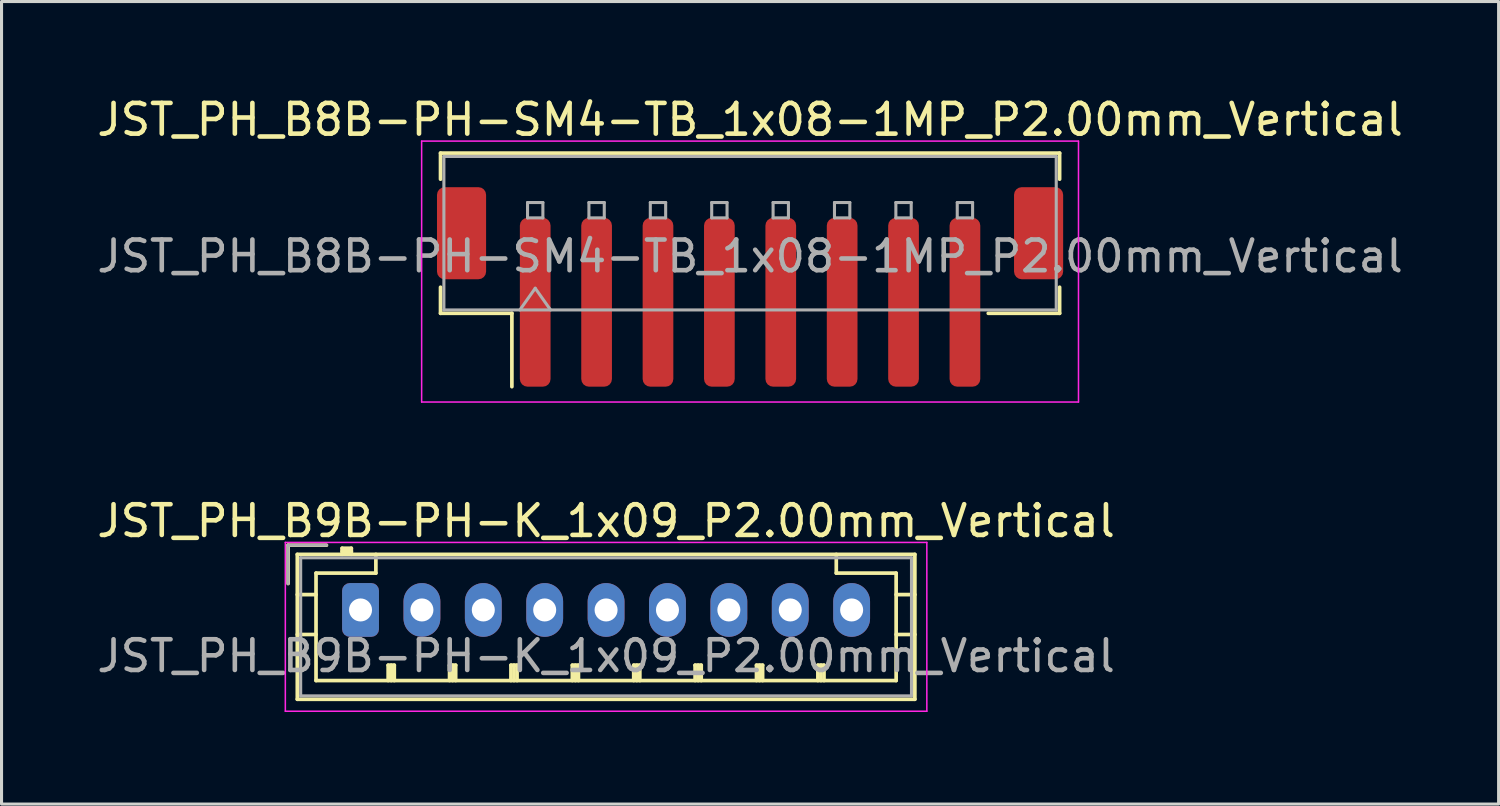
<source format=kicad_pcb>
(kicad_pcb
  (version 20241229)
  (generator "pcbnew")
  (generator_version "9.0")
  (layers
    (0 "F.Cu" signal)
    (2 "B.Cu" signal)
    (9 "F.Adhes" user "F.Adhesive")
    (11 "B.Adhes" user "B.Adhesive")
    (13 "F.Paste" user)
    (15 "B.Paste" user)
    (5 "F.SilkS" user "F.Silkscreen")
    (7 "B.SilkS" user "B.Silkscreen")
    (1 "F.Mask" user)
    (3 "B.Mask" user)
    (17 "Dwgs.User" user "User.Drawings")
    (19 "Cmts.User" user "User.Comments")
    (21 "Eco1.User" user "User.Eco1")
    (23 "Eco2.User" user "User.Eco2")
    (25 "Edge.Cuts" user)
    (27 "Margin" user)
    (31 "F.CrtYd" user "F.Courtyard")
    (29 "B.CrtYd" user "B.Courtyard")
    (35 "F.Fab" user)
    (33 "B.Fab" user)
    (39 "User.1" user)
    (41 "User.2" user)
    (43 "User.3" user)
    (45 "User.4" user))
  (footprint "JST_PH_B9B-PH-K_1x09_P2.00mm_Vertical"
    (layer "F.Cu")
    (at 8.696 16.822)
    (property "Reference" "JST_PH_B9B-PH-K_1x09_P2.00mm_Vertical" (at 8 -2.9 0) (layer "F.SilkS") (effects (font (size 1 1) (thickness 0.15))))
    (attr through_hole)
    (fp_line (start -2.36 -2.11) (end -2.36 -0.86) (stroke (width 0.12) (type solid)) (layer "F.SilkS"))
    (fp_line (start -2.06 -1.81) (end -2.06 2.91) (stroke (width 0.12) (type solid)) (layer "F.SilkS"))
    (fp_line (start -2.06 -0.5) (end -1.45 -0.5) (stroke (width 0.12) (type solid)) (layer "F.SilkS"))
    (fp_line (start -2.06 0.8) (end -1.45 0.8) (stroke (width 0.12) (type solid)) (layer "F.SilkS"))
    (fp_line (start -2.06 2.91) (end 18.06 2.91) (stroke (width 0.12) (type solid)) (layer "F.SilkS"))
    (fp_line (start -1.45 -1.2) (end -1.45 2.3) (stroke (width 0.12) (type solid)) (layer "F.SilkS"))
    (fp_line (start -1.45 2.3) (end 17.45 2.3) (stroke (width 0.12) (type solid)) (layer "F.SilkS"))
    (fp_line (start -1.11 -2.11) (end -2.36 -2.11) (stroke (width 0.12) (type solid)) (layer "F.SilkS"))
    (fp_line (start -0.6 -2.01) (end -0.6 -1.81) (stroke (width 0.12) (type solid)) (layer "F.SilkS"))
    (fp_line (start -0.3 -2.01) (end -0.6 -2.01) (stroke (width 0.12) (type solid)) (layer "F.SilkS"))
    (fp_line (start -0.3 -1.91) (end -0.6 -1.91) (stroke (width 0.12) (type solid)) (layer "F.SilkS"))
    (fp_line (start -0.3 -1.81) (end -0.3 -2.01) (stroke (width 0.12) (type solid)) (layer "F.SilkS"))
    (fp_line (start 0.5 -1.81) (end 0.5 -1.2) (stroke (width 0.12) (type solid)) (layer "F.SilkS"))
    (fp_line (start 0.5 -1.2) (end -1.45 -1.2) (stroke (width 0.12) (type solid)) (layer "F.SilkS"))
    (fp_line (start 0.9 1.8) (end 1.1 1.8) (stroke (width 0.12) (type solid)) (layer "F.SilkS"))
    (fp_line (start 0.9 2.3) (end 0.9 1.8) (stroke (width 0.12) (type solid)) (layer "F.SilkS"))
    (fp_line (start 1 2.3) (end 1 1.8) (stroke (width 0.12) (type solid)) (layer "F.SilkS"))
    (fp_line (start 1.1 1.8) (end 1.1 2.3) (stroke (width 0.12) (type solid)) (layer "F.SilkS"))
    (fp_line (start 2.9 1.8) (end 3.1 1.8) (stroke (width 0.12) (type solid)) (layer "F.SilkS"))
    (fp_line (start 2.9 2.3) (end 2.9 1.8) (stroke (width 0.12) (type solid)) (layer "F.SilkS"))
    (fp_line (start 3 2.3) (end 3 1.8) (stroke (width 0.12) (type solid)) (layer "F.SilkS"))
    (fp_line (start 3.1 1.8) (end 3.1 2.3) (stroke (width 0.12) (type solid)) (layer "F.SilkS"))
    (fp_line (start 4.9 1.8) (end 5.1 1.8) (stroke (width 0.12) (type solid)) (layer "F.SilkS"))
    (fp_line (start 4.9 2.3) (end 4.9 1.8) (stroke (width 0.12) (type solid)) (layer "F.SilkS"))
    (fp_line (start 5 2.3) (end 5 1.8) (stroke (width 0.12) (type solid)) (layer "F.SilkS"))
    (fp_line (start 5.1 1.8) (end 5.1 2.3) (stroke (width 0.12) (type solid)) (layer "F.SilkS"))
    (fp_line (start 6.9 1.8) (end 7.1 1.8) (stroke (width 0.12) (type solid)) (layer "F.SilkS"))
    (fp_line (start 6.9 2.3) (end 6.9 1.8) (stroke (width 0.12) (type solid)) (layer "F.SilkS"))
    (fp_line (start 7 2.3) (end 7 1.8) (stroke (width 0.12) (type solid)) (layer "F.SilkS"))
    (fp_line (start 7.1 1.8) (end 7.1 2.3) (stroke (width 0.12) (type solid)) (layer "F.SilkS"))
    (fp_line (start 8.9 1.8) (end 9.1 1.8) (stroke (width 0.12) (type solid)) (layer "F.SilkS"))
    (fp_line (start 8.9 2.3) (end 8.9 1.8) (stroke (width 0.12) (type solid)) (layer "F.SilkS"))
    (fp_line (start 9 2.3) (end 9 1.8) (stroke (width 0.12) (type solid)) (layer "F.SilkS"))
    (fp_line (start 9.1 1.8) (end 9.1 2.3) (stroke (width 0.12) (type solid)) (layer "F.SilkS"))
    (fp_line (start 10.9 1.8) (end 11.1 1.8) (stroke (width 0.12) (type solid)) (layer "F.SilkS"))
    (fp_line (start 10.9 2.3) (end 10.9 1.8) (stroke (width 0.12) (type solid)) (layer "F.SilkS"))
    (fp_line (start 11 2.3) (end 11 1.8) (stroke (width 0.12) (type solid)) (layer "F.SilkS"))
    (fp_line (start 11.1 1.8) (end 11.1 2.3) (stroke (width 0.12) (type solid)) (layer "F.SilkS"))
    (fp_line (start 12.9 1.8) (end 13.1 1.8) (stroke (width 0.12) (type solid)) (layer "F.SilkS"))
    (fp_line (start 12.9 2.3) (end 12.9 1.8) (stroke (width 0.12) (type solid)) (layer "F.SilkS"))
    (fp_line (start 13 2.3) (end 13 1.8) (stroke (width 0.12) (type solid)) (layer "F.SilkS"))
    (fp_line (start 13.1 1.8) (end 13.1 2.3) (stroke (width 0.12) (type solid)) (layer "F.SilkS"))
    (fp_line (start 14.9 1.8) (end 15.1 1.8) (stroke (width 0.12) (type solid)) (layer "F.SilkS"))
    (fp_line (start 14.9 2.3) (end 14.9 1.8) (stroke (width 0.12) (type solid)) (layer "F.SilkS"))
    (fp_line (start 15 2.3) (end 15 1.8) (stroke (width 0.12) (type solid)) (layer "F.SilkS"))
    (fp_line (start 15.1 1.8) (end 15.1 2.3) (stroke (width 0.12) (type solid)) (layer "F.SilkS"))
    (fp_line (start 15.5 -1.2) (end 15.5 -1.81) (stroke (width 0.12) (type solid)) (layer "F.SilkS"))
    (fp_line (start 17.45 -1.2) (end 15.5 -1.2) (stroke (width 0.12) (type solid)) (layer "F.SilkS"))
    (fp_line (start 17.45 2.3) (end 17.45 -1.2) (stroke (width 0.12) (type solid)) (layer "F.SilkS"))
    (fp_line (start 18.06 -1.81) (end -2.06 -1.81) (stroke (width 0.12) (type solid)) (layer "F.SilkS"))
    (fp_line (start 18.06 -0.5) (end 17.45 -0.5) (stroke (width 0.12) (type solid)) (layer "F.SilkS"))
    (fp_line (start 18.06 0.8) (end 17.45 0.8) (stroke (width 0.12) (type solid)) (layer "F.SilkS"))
    (fp_line (start 18.06 2.91) (end 18.06 -1.81) (stroke (width 0.12) (type solid)) (layer "F.SilkS"))
    (fp_line (start -2.45 -2.2) (end -2.45 3.3) (stroke (width 0.05) (type solid)) (layer "F.CrtYd"))
    (fp_line (start -2.45 3.3) (end 18.45 3.3) (stroke (width 0.05) (type solid)) (layer "F.CrtYd"))
    (fp_line (start 18.45 -2.2) (end -2.45 -2.2) (stroke (width 0.05) (type solid)) (layer "F.CrtYd"))
    (fp_line (start 18.45 3.3) (end 18.45 -2.2) (stroke (width 0.05) (type solid)) (layer "F.CrtYd"))
    (fp_line (start -2.36 -2.11) (end -2.36 -0.86) (stroke (width 0.1) (type solid)) (layer "F.Fab"))
    (fp_line (start -1.95 -1.7) (end -1.95 2.8) (stroke (width 0.1) (type solid)) (layer "F.Fab"))
    (fp_line (start -1.95 2.8) (end 17.95 2.8) (stroke (width 0.1) (type solid)) (layer "F.Fab"))
    (fp_line (start -1.11 -2.11) (end -2.36 -2.11) (stroke (width 0.1) (type solid)) (layer "F.Fab"))
    (fp_line (start 17.95 -1.7) (end -1.95 -1.7) (stroke (width 0.1) (type solid)) (layer "F.Fab"))
    (fp_line (start 17.95 2.8) (end 17.95 -1.7) (stroke (width 0.1) (type solid)) (layer "F.Fab"))
    (fp_text user "${REFERENCE}" (at 8 1.5 0) (layer "F.Fab") (effects (font (size 1 1) (thickness 0.15))))
    (pad "1" thru_hole roundrect (at 0 0) (size 1.2 1.75) (drill 0.75) (layers "*.Cu" "*.Mask") (roundrect_rratio 0.208))
    (pad "2" thru_hole oval (at 2 0) (size 1.2 1.75) (drill 0.75) (layers "*.Cu" "*.Mask"))
    (pad "3" thru_hole oval (at 4 0) (size 1.2 1.75) (drill 0.75) (layers "*.Cu" "*.Mask"))
    (pad "4" thru_hole oval (at 6 0) (size 1.2 1.75) (drill 0.75) (layers "*.Cu" "*.Mask"))
    (pad "5" thru_hole oval (at 8 0) (size 1.2 1.75) (drill 0.75) (layers "*.Cu" "*.Mask"))
    (pad "6" thru_hole oval (at 10 0) (size 1.2 1.75) (drill 0.75) (layers "*.Cu" "*.Mask"))
    (pad "7" thru_hole oval (at 12 0) (size 1.2 1.75) (drill 0.75) (layers "*.Cu" "*.Mask"))
    (pad "8" thru_hole oval (at 14 0) (size 1.2 1.75) (drill 0.75) (layers "*.Cu" "*.Mask"))
    (pad "9" thru_hole oval (at 16 0) (size 1.2 1.75) (drill 0.75) (layers "*.Cu" "*.Mask")))
  (footprint "JST_PH_B8B-PH-SM4-TB_1x08-1MP_P2.00mm_Vertical"
    (layer "F.Cu")
    (at 21.387 6.298)
    (property "Reference" "JST_PH_B8B-PH-SM4-TB_1x08-1MP_P2.00mm_Vertical" (at 0 -5.45 0) (layer "F.SilkS") (effects (font (size 1 1) (thickness 0.15))))
    (attr smd)
    (fp_line (start -10.085 -4.36) (end 10.085 -4.36) (stroke (width 0.12) (type solid)) (layer "F.SilkS"))
    (fp_line (start -10.085 -3.51) (end -10.085 -4.36) (stroke (width 0.12) (type solid)) (layer "F.SilkS"))
    (fp_line (start -10.085 0.01) (end -10.085 0.86) (stroke (width 0.12) (type solid)) (layer "F.SilkS"))
    (fp_line (start -10.085 0.86) (end -7.76 0.86) (stroke (width 0.12) (type solid)) (layer "F.SilkS"))
    (fp_line (start -7.76 0.86) (end -7.76 3.25) (stroke (width 0.12) (type solid)) (layer "F.SilkS"))
    (fp_line (start 10.085 -4.36) (end 10.085 -3.51) (stroke (width 0.12) (type solid)) (layer "F.SilkS"))
    (fp_line (start 10.085 0.01) (end 10.085 0.86) (stroke (width 0.12) (type solid)) (layer "F.SilkS"))
    (fp_line (start 10.085 0.86) (end 7.76 0.86) (stroke (width 0.12) (type solid)) (layer "F.SilkS"))
    (fp_line (start -10.7 -4.75) (end -10.7 3.75) (stroke (width 0.05) (type solid)) (layer "F.CrtYd"))
    (fp_line (start -10.7 3.75) (end 10.7 3.75) (stroke (width 0.05) (type solid)) (layer "F.CrtYd"))
    (fp_line (start 10.7 -4.75) (end -10.7 -4.75) (stroke (width 0.05) (type solid)) (layer "F.CrtYd"))
    (fp_line (start 10.7 3.75) (end 10.7 -4.75) (stroke (width 0.05) (type solid)) (layer "F.CrtYd"))
    (fp_line (start -9.975 -4.25) (end 9.975 -4.25) (stroke (width 0.1) (type solid)) (layer "F.Fab"))
    (fp_line (start -9.975 0.75) (end -9.975 -4.25) (stroke (width 0.1) (type solid)) (layer "F.Fab"))
    (fp_line (start -9.975 0.75) (end 9.975 0.75) (stroke (width 0.1) (type solid)) (layer "F.Fab"))
    (fp_line (start -7.5 0.75) (end -7 0.043) (stroke (width 0.1) (type solid)) (layer "F.Fab"))
    (fp_line (start -7.25 -2.75) (end -7.25 -2.25) (stroke (width 0.1) (type solid)) (layer "F.Fab"))
    (fp_line (start -7.25 -2.25) (end -6.75 -2.25) (stroke (width 0.1) (type solid)) (layer "F.Fab"))
    (fp_line (start -7 0.043) (end -6.5 0.75) (stroke (width 0.1) (type solid)) (layer "F.Fab"))
    (fp_line (start -6.75 -2.75) (end -7.25 -2.75) (stroke (width 0.1) (type solid)) (layer "F.Fab"))
    (fp_line (start -6.75 -2.25) (end -6.75 -2.75) (stroke (width 0.1) (type solid)) (layer "F.Fab"))
    (fp_line (start -5.25 -2.75) (end -5.25 -2.25) (stroke (width 0.1) (type solid)) (layer "F.Fab"))
    (fp_line (start -5.25 -2.25) (end -4.75 -2.25) (stroke (width 0.1) (type solid)) (layer "F.Fab"))
    (fp_line (start -4.75 -2.75) (end -5.25 -2.75) (stroke (width 0.1) (type solid)) (layer "F.Fab"))
    (fp_line (start -4.75 -2.25) (end -4.75 -2.75) (stroke (width 0.1) (type solid)) (layer "F.Fab"))
    (fp_line (start -3.25 -2.75) (end -3.25 -2.25) (stroke (width 0.1) (type solid)) (layer "F.Fab"))
    (fp_line (start -3.25 -2.25) (end -2.75 -2.25) (stroke (width 0.1) (type solid)) (layer "F.Fab"))
    (fp_line (start -2.75 -2.75) (end -3.25 -2.75) (stroke (width 0.1) (type solid)) (layer "F.Fab"))
    (fp_line (start -2.75 -2.25) (end -2.75 -2.75) (stroke (width 0.1) (type solid)) (layer "F.Fab"))
    (fp_line (start -1.25 -2.75) (end -1.25 -2.25) (stroke (width 0.1) (type solid)) (layer "F.Fab"))
    (fp_line (start -1.25 -2.25) (end -0.75 -2.25) (stroke (width 0.1) (type solid)) (layer "F.Fab"))
    (fp_line (start -0.75 -2.75) (end -1.25 -2.75) (stroke (width 0.1) (type solid)) (layer "F.Fab"))
    (fp_line (start -0.75 -2.25) (end -0.75 -2.75) (stroke (width 0.1) (type solid)) (layer "F.Fab"))
    (fp_line (start 0.75 -2.75) (end 0.75 -2.25) (stroke (width 0.1) (type solid)) (layer "F.Fab"))
    (fp_line (start 0.75 -2.25) (end 1.25 -2.25) (stroke (width 0.1) (type solid)) (layer "F.Fab"))
    (fp_line (start 1.25 -2.75) (end 0.75 -2.75) (stroke (width 0.1) (type solid)) (layer "F.Fab"))
    (fp_line (start 1.25 -2.25) (end 1.25 -2.75) (stroke (width 0.1) (type solid)) (layer "F.Fab"))
    (fp_line (start 2.75 -2.75) (end 2.75 -2.25) (stroke (width 0.1) (type solid)) (layer "F.Fab"))
    (fp_line (start 2.75 -2.25) (end 3.25 -2.25) (stroke (width 0.1) (type solid)) (layer "F.Fab"))
    (fp_line (start 3.25 -2.75) (end 2.75 -2.75) (stroke (width 0.1) (type solid)) (layer "F.Fab"))
    (fp_line (start 3.25 -2.25) (end 3.25 -2.75) (stroke (width 0.1) (type solid)) (layer "F.Fab"))
    (fp_line (start 4.75 -2.75) (end 4.75 -2.25) (stroke (width 0.1) (type solid)) (layer "F.Fab"))
    (fp_line (start 4.75 -2.25) (end 5.25 -2.25) (stroke (width 0.1) (type solid)) (layer "F.Fab"))
    (fp_line (start 5.25 -2.75) (end 4.75 -2.75) (stroke (width 0.1) (type solid)) (layer "F.Fab"))
    (fp_line (start 5.25 -2.25) (end 5.25 -2.75) (stroke (width 0.1) (type solid)) (layer "F.Fab"))
    (fp_line (start 6.75 -2.75) (end 6.75 -2.25) (stroke (width 0.1) (type solid)) (layer "F.Fab"))
    (fp_line (start 6.75 -2.25) (end 7.25 -2.25) (stroke (width 0.1) (type solid)) (layer "F.Fab"))
    (fp_line (start 7.25 -2.75) (end 6.75 -2.75) (stroke (width 0.1) (type solid)) (layer "F.Fab"))
    (fp_line (start 7.25 -2.25) (end 7.25 -2.75) (stroke (width 0.1) (type solid)) (layer "F.Fab"))
    (fp_line (start 9.975 0.75) (end 9.975 -4.25) (stroke (width 0.1) (type solid)) (layer "F.Fab"))
    (fp_text user "${REFERENCE}" (at 0 -1 0) (layer "F.Fab") (effects (font (size 1 1) (thickness 0.15))))
    (pad "1" smd roundrect (at -7 0.5) (size 1 5.5) (layers "F.Cu" "F.Mask" "F.Paste") (roundrect_rratio 0.25))
    (pad "2" smd roundrect (at -5 0.5) (size 1 5.5) (layers "F.Cu" "F.Mask" "F.Paste") (roundrect_rratio 0.25))
    (pad "3" smd roundrect (at -3 0.5) (size 1 5.5) (layers "F.Cu" "F.Mask" "F.Paste") (roundrect_rratio 0.25))
    (pad "4" smd roundrect (at -1 0.5) (size 1 5.5) (layers "F.Cu" "F.Mask" "F.Paste") (roundrect_rratio 0.25))
    (pad "5" smd roundrect (at 1 0.5) (size 1 5.5) (layers "F.Cu" "F.Mask" "F.Paste") (roundrect_rratio 0.25))
    (pad "6" smd roundrect (at 3 0.5) (size 1 5.5) (layers "F.Cu" "F.Mask" "F.Paste") (roundrect_rratio 0.25))
    (pad "7" smd roundrect (at 5 0.5) (size 1 5.5) (layers "F.Cu" "F.Mask" "F.Paste") (roundrect_rratio 0.25))
    (pad "8" smd roundrect (at 7 0.5) (size 1 5.5) (layers "F.Cu" "F.Mask" "F.Paste") (roundrect_rratio 0.25))
    (pad "MP" smd roundrect (at -9.4 -1.75) (size 1.6 3) (layers "F.Cu" "F.Mask" "F.Paste") (roundrect_rratio 0.156))
    (pad "MP" smd roundrect (at 9.4 -1.75) (size 1.6 3) (layers "F.Cu" "F.Mask" "F.Paste") (roundrect_rratio 0.156)))
  (gr_rect
    (start -3 -3)
    (end 45.774 23.146)
    (stroke (width 0.1) (type default))
    (fill no)
    (layer "Edge.Cuts")))
</source>
